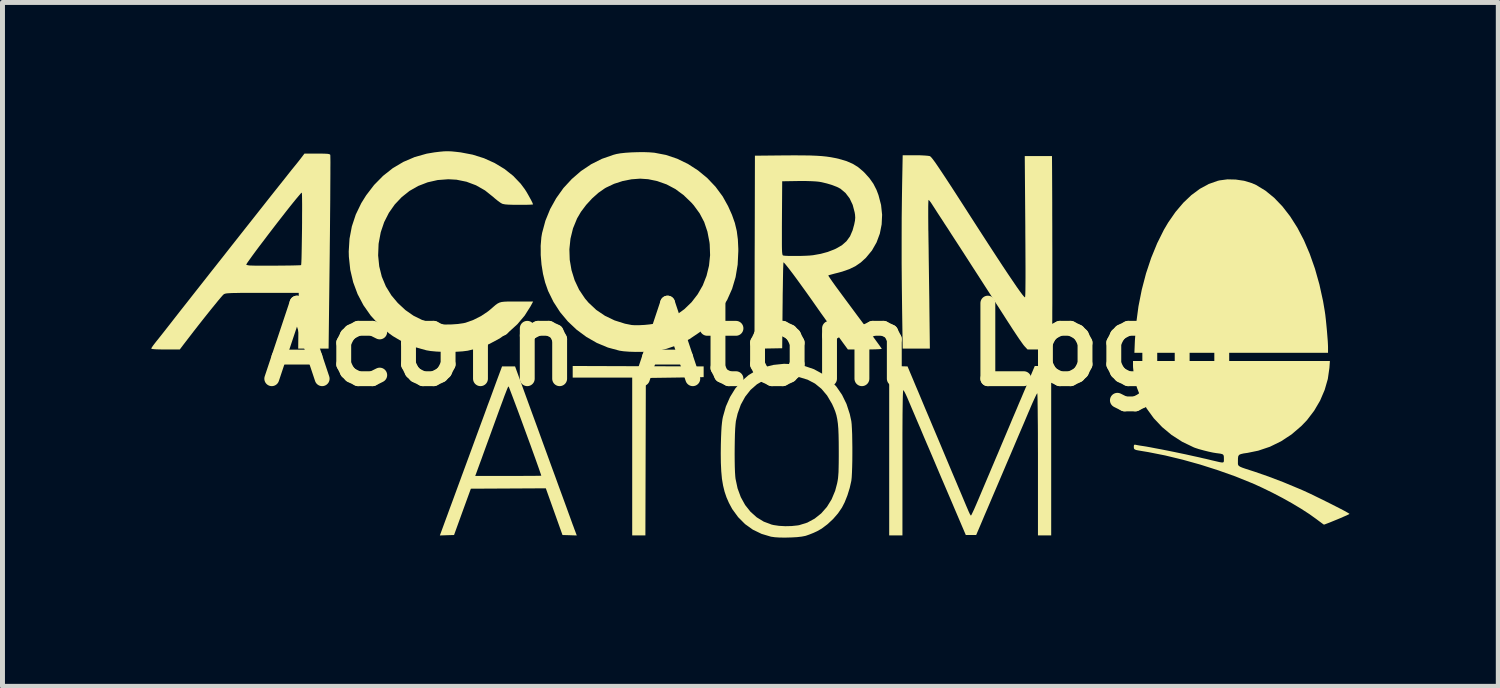
<source format=kicad_pcb>
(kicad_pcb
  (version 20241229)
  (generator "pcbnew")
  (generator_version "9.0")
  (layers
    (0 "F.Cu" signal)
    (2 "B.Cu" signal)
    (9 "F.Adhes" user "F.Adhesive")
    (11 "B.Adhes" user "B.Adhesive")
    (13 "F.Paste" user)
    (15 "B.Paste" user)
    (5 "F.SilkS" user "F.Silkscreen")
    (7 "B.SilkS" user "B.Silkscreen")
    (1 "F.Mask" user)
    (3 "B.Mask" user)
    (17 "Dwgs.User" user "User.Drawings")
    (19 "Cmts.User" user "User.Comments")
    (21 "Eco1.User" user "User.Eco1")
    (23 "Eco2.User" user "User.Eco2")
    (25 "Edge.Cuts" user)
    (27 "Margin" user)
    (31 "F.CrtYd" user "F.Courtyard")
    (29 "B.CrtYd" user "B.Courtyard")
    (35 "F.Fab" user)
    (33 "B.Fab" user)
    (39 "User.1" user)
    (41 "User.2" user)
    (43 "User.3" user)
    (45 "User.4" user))
  (footprint "Acorn Atom Logo"
    (layer "F.Cu")
    (at 12.083 3.898)
    (property "Reference" "Acorn Atom Logo" (at 0 0 0) (layer "F.SilkS") (effects (font (size 1.524 1.524) (thickness 0.3))))
    (attr board_only exclude_from_pos_files exclude_from_bom)
    (fp_poly (pts (xy -0.942 0.442) (xy -0.942 0.658) (xy -1.525 0.667) (xy -2.108 0.675) (xy -2.117 3.85) (xy -2.383 3.85) (xy -2.383 0.667) (xy -3.583 0.667) (xy -3.583 0.433)) (stroke (width 0) (type solid)) (fill yes) (layer "F.SilkS"))
    (fp_poly (pts (xy 9.789 -3.327) (xy 9.958 -3.302) (xy 10.116 -3.254) (xy 10.2 -3.217) (xy 10.386 -3.104) (xy 10.563 -2.96) (xy 10.73 -2.786) (xy 10.886 -2.585) (xy 11.031 -2.357) (xy 11.163 -2.105) (xy 11.281 -1.829) (xy 11.386 -1.531) (xy 11.476 -1.212) (xy 11.55 -0.875) (xy 11.584 -0.675) (xy 11.595 -0.6) (xy 11.606 -0.503) (xy 11.617 -0.393) (xy 11.628 -0.278) (xy 11.637 -0.166) (xy 11.645 -0.066) (xy 11.649 0.015) (xy 11.65 0.054) (xy 11.65 0.167) (xy 7.745 0.167) (xy 7.755 -0.079) (xy 7.781 -0.425) (xy 7.827 -0.769) (xy 7.894 -1.107) (xy 7.98 -1.435) (xy 8.084 -1.748) (xy 8.205 -2.043) (xy 8.34 -2.314) (xy 8.427 -2.461) (xy 8.574 -2.673) (xy 8.731 -2.858) (xy 8.895 -3.014) (xy 9.067 -3.141) (xy 9.244 -3.237) (xy 9.425 -3.301) (xy 9.463 -3.31) (xy 9.621 -3.331)) (stroke (width 0) (type solid)) (fill yes) (layer "F.SilkS"))
    (fp_poly (pts (xy -4.542 1) (xy -4.415 1.349) (xy -4.298 1.668) (xy -4.193 1.958) (xy -4.097 2.221) (xy -4.011 2.458) (xy -3.933 2.67) (xy -3.865 2.858) (xy -3.804 3.024) (xy -3.751 3.169) (xy -3.705 3.295) (xy -3.666 3.403) (xy -3.633 3.493) (xy -3.606 3.568) (xy -3.584 3.629) (xy -3.566 3.676) (xy -3.553 3.712) (xy -3.544 3.737) (xy -3.54 3.746) (xy -3.501 3.851) (xy -3.645 3.846) (xy -3.789 3.842) (xy -3.957 3.371) (xy -4.125 2.9) (xy -4.881 2.904) (xy -5.637 2.908) (xy -5.807 3.375) (xy -5.976 3.842) (xy -6.119 3.846) (xy -6.262 3.851) (xy -6.141 3.521) (xy -6.107 3.429) (xy -6.064 3.311) (xy -6.013 3.174) (xy -5.958 3.024) (xy -5.9 2.866) (xy -5.841 2.706) (xy -5.821 2.65) (xy -5.549 2.65) (xy -4.883 2.65) (xy -4.738 2.65) (xy -4.603 2.65) (xy -4.483 2.649) (xy -4.381 2.649) (xy -4.301 2.648) (xy -4.246 2.647) (xy -4.219 2.646) (xy -4.217 2.646) (xy -4.223 2.624) (xy -4.24 2.575) (xy -4.265 2.502) (xy -4.298 2.409) (xy -4.337 2.299) (xy -4.382 2.175) (xy -4.43 2.041) (xy -4.482 1.9) (xy -4.535 1.755) (xy -4.588 1.61) (xy -4.64 1.468) (xy -4.69 1.333) (xy -4.737 1.208) (xy -4.779 1.096) (xy -4.815 1.001) (xy -4.844 0.925) (xy -4.864 0.873) (xy -4.875 0.848) (xy -4.877 0.846) (xy -4.881 0.849) (xy -4.886 0.857) (xy -4.894 0.871) (xy -4.904 0.895) (xy -4.918 0.93) (xy -4.937 0.979) (xy -4.962 1.043) (xy -4.992 1.126) (xy -5.03 1.228) (xy -5.076 1.353) (xy -5.13 1.502) (xy -5.194 1.678) (xy -5.268 1.882) (xy -5.281 1.917) (xy -5.332 2.057) (xy -5.38 2.189) (xy -5.423 2.309) (xy -5.462 2.414) (xy -5.493 2.499) (xy -5.516 2.562) (xy -5.529 2.598) (xy -5.531 2.604) (xy -5.549 2.65) (xy -5.821 2.65) (xy -5.784 2.551) (xy -5.784 2.55) (xy -5.722 2.382) (xy -5.654 2.197) (xy -5.584 2.006) (xy -5.514 1.815) (xy -5.447 1.633) (xy -5.386 1.468) (xy -5.349 1.367) (xy -5.299 1.229) (xy -5.248 1.093) (xy -5.2 0.962) (xy -5.157 0.844) (xy -5.12 0.743) (xy -5.091 0.665) (xy -5.079 0.633) (xy -5.008 0.442) (xy -4.745 0.442)) (stroke (width 0) (type solid)) (fill yes) (layer "F.SilkS"))
    (fp_poly (pts (xy -6.025 -3.895) (xy -5.936 -3.886) (xy -5.842 -3.875) (xy -5.601 -3.829) (xy -5.372 -3.757) (xy -5.157 -3.66) (xy -4.96 -3.541) (xy -4.784 -3.402) (xy -4.632 -3.243) (xy -4.55 -3.133) (xy -4.519 -3.085) (xy -4.484 -3.025) (xy -4.449 -2.962) (xy -4.417 -2.903) (xy -4.394 -2.856) (xy -4.384 -2.828) (xy -4.383 -2.825) (xy -4.399 -2.823) (xy -4.443 -2.82) (xy -4.509 -2.818) (xy -4.592 -2.817) (xy -4.667 -2.817) (xy -4.788 -2.818) (xy -4.88 -2.821) (xy -4.946 -2.826) (xy -4.991 -2.835) (xy -5.007 -2.84) (xy -5.044 -2.862) (xy -5.096 -2.9) (xy -5.155 -2.948) (xy -5.183 -2.973) (xy -5.352 -3.108) (xy -5.533 -3.211) (xy -5.725 -3.283) (xy -5.927 -3.324) (xy -6.092 -3.333) (xy -6.306 -3.317) (xy -6.509 -3.271) (xy -6.7 -3.197) (xy -6.875 -3.097) (xy -7.033 -2.971) (xy -7.172 -2.824) (xy -7.29 -2.656) (xy -7.385 -2.469) (xy -7.454 -2.265) (xy -7.495 -2.047) (xy -7.498 -2.025) (xy -7.507 -1.796) (xy -7.485 -1.577) (xy -7.433 -1.368) (xy -7.351 -1.172) (xy -7.239 -0.99) (xy -7.111 -0.838) (xy -6.956 -0.694) (xy -6.794 -0.581) (xy -6.622 -0.496) (xy -6.434 -0.436) (xy -6.38 -0.424) (xy -6.276 -0.41) (xy -6.153 -0.403) (xy -6.023 -0.405) (xy -5.897 -0.414) (xy -5.787 -0.43) (xy -5.742 -0.44) (xy -5.586 -0.496) (xy -5.431 -0.574) (xy -5.291 -0.668) (xy -5.248 -0.703) (xy -5.186 -0.757) (xy -5.138 -0.798) (xy -5.097 -0.827) (xy -5.058 -0.846) (xy -5.014 -0.858) (xy -4.958 -0.864) (xy -4.886 -0.867) (xy -4.79 -0.867) (xy -4.712 -0.867) (xy -4.381 -0.867) (xy -4.433 -0.771) (xy -4.552 -0.583) (xy -4.697 -0.411) (xy -4.867 -0.256) (xy -5.055 -0.123) (xy -5.26 -0.013) (xy -5.477 0.07) (xy -5.7 0.125) (xy -5.803 0.138) (xy -5.927 0.146) (xy -6.062 0.15) (xy -6.201 0.148) (xy -6.333 0.142) (xy -6.45 0.131) (xy -6.533 0.117) (xy -6.775 0.05) (xy -6.999 -0.045) (xy -7.209 -0.169) (xy -7.284 -0.223) (xy -7.484 -0.394) (xy -7.657 -0.584) (xy -7.803 -0.792) (xy -7.921 -1.016) (xy -8.01 -1.255) (xy -8.069 -1.506) (xy -8.097 -1.768) (xy -8.1 -1.875) (xy -8.084 -2.134) (xy -8.037 -2.382) (xy -7.958 -2.621) (xy -7.847 -2.851) (xy -7.749 -3.008) (xy -7.588 -3.218) (xy -7.408 -3.401) (xy -7.211 -3.557) (xy -6.998 -3.683) (xy -6.769 -3.781) (xy -6.527 -3.849) (xy -6.373 -3.875) (xy -6.265 -3.888) (xy -6.179 -3.896) (xy -6.103 -3.898)) (stroke (width 0) (type solid)) (fill yes) (layer "F.SilkS"))
    (fp_poly (pts (xy 3.423 -3.816) (xy 3.507 -3.812) (xy 3.572 -3.807) (xy 3.613 -3.801) (xy 3.62 -3.799) (xy 3.632 -3.791) (xy 3.649 -3.774) (xy 3.671 -3.748) (xy 3.699 -3.711) (xy 3.736 -3.66) (xy 3.781 -3.594) (xy 3.836 -3.512) (xy 3.902 -3.413) (xy 3.981 -3.293) (xy 4.073 -3.152) (xy 4.179 -2.988) (xy 4.301 -2.799) (xy 4.439 -2.584) (xy 4.45 -2.567) (xy 4.633 -2.283) (xy 4.798 -2.028) (xy 4.946 -1.801) (xy 5.077 -1.601) (xy 5.192 -1.428) (xy 5.29 -1.283) (xy 5.371 -1.164) (xy 5.437 -1.071) (xy 5.486 -1.005) (xy 5.52 -0.965) (xy 5.538 -0.95) (xy 5.539 -0.95) (xy 5.542 -0.966) (xy 5.545 -1.015) (xy 5.547 -1.096) (xy 5.548 -1.211) (xy 5.549 -1.358) (xy 5.549 -1.538) (xy 5.548 -1.751) (xy 5.547 -1.997) (xy 5.545 -2.276) (xy 5.545 -2.375) (xy 5.534 -3.8) (xy 6.083 -3.8) (xy 6.085 -3.521) (xy 6.086 -3.315) (xy 6.087 -3.094) (xy 6.088 -2.863) (xy 6.088 -2.624) (xy 6.089 -2.381) (xy 6.089 -2.136) (xy 6.09 -1.894) (xy 6.09 -1.657) (xy 6.09 -1.428) (xy 6.09 -1.21) (xy 6.09 -1.008) (xy 6.09 -0.824) (xy 6.089 -0.661) (xy 6.089 -0.523) (xy 6.088 -0.413) (xy 6.088 -0.354) (xy 6.082 0.1) (xy 5.59 0.1) (xy 5.531 0.037) (xy 5.507 0.008) (xy 5.468 -0.046) (xy 5.416 -0.12) (xy 5.356 -0.21) (xy 5.289 -0.311) (xy 5.219 -0.42) (xy 5.199 -0.45) (xy 5.122 -0.57) (xy 5.033 -0.709) (xy 4.933 -0.864) (xy 4.826 -1.031) (xy 4.713 -1.206) (xy 4.598 -1.385) (xy 4.482 -1.564) (xy 4.369 -1.74) (xy 4.26 -1.909) (xy 4.158 -2.066) (xy 4.065 -2.209) (xy 3.985 -2.334) (xy 3.918 -2.435) (xy 3.893 -2.475) (xy 3.836 -2.562) (xy 3.779 -2.649) (xy 3.729 -2.727) (xy 3.689 -2.789) (xy 3.674 -2.812) (xy 3.641 -2.863) (xy 3.612 -2.9) (xy 3.595 -2.916) (xy 3.594 -2.916) (xy 3.591 -2.9) (xy 3.589 -2.855) (xy 3.587 -2.783) (xy 3.587 -2.688) (xy 3.587 -2.574) (xy 3.588 -2.445) (xy 3.589 -2.303) (xy 3.59 -2.279) (xy 3.592 -2.126) (xy 3.595 -1.947) (xy 3.597 -1.748) (xy 3.6 -1.537) (xy 3.603 -1.321) (xy 3.606 -1.107) (xy 3.609 -0.903) (xy 3.61 -0.779) (xy 3.62 0.083) (xy 3.072 0.083) (xy 3.061 -0.654) (xy 3.055 -1.149) (xy 3.051 -1.634) (xy 3.051 -2.103) (xy 3.052 -2.553) (xy 3.057 -2.977) (xy 3.061 -3.239) (xy 3.072 -3.817) (xy 3.327 -3.817)) (stroke (width 0) (type solid)) (fill yes) (layer "F.SilkS"))
    (fp_poly (pts (xy -2.034 -3.876) (xy -1.938 -3.868) (xy -1.936 -3.868) (xy -1.702 -3.823) (xy -1.476 -3.747) (xy -1.259 -3.642) (xy -1.056 -3.511) (xy -0.869 -3.357) (xy -0.702 -3.181) (xy -0.558 -2.986) (xy -0.45 -2.792) (xy -0.371 -2.616) (xy -0.313 -2.452) (xy -0.274 -2.289) (xy -0.252 -2.119) (xy -0.243 -1.929) (xy -0.243 -1.883) (xy -0.256 -1.612) (xy -0.298 -1.359) (xy -0.368 -1.123) (xy -0.467 -0.901) (xy -0.596 -0.692) (xy -0.755 -0.496) (xy -0.825 -0.423) (xy -1.018 -0.251) (xy -1.228 -0.109) (xy -1.451 0.004) (xy -1.689 0.086) (xy -1.818 0.117) (xy -1.917 0.132) (xy -2.039 0.142) (xy -2.174 0.148) (xy -2.312 0.149) (xy -2.443 0.145) (xy -2.559 0.136) (xy -2.64 0.124) (xy -2.873 0.061) (xy -3.096 -0.032) (xy -3.307 -0.153) (xy -3.503 -0.298) (xy -3.681 -0.466) (xy -3.838 -0.654) (xy -3.971 -0.86) (xy -4.079 -1.08) (xy -4.139 -1.251) (xy -4.182 -1.425) (xy -4.212 -1.612) (xy -4.228 -1.804) (xy -4.228 -1.921) (xy -3.65 -1.921) (xy -3.643 -1.708) (xy -3.607 -1.499) (xy -3.544 -1.296) (xy -3.454 -1.105) (xy -3.336 -0.929) (xy -3.262 -0.842) (xy -3.108 -0.698) (xy -2.932 -0.579) (xy -2.738 -0.486) (xy -2.529 -0.42) (xy -2.392 -0.393) (xy -2.325 -0.389) (xy -2.236 -0.39) (xy -2.136 -0.395) (xy -2.035 -0.405) (xy -1.944 -0.418) (xy -1.883 -0.43) (xy -1.683 -0.497) (xy -1.498 -0.592) (xy -1.332 -0.712) (xy -1.186 -0.853) (xy -1.062 -1.014) (xy -0.96 -1.192) (xy -0.884 -1.385) (xy -0.834 -1.589) (xy -0.812 -1.802) (xy -0.82 -2.022) (xy -0.825 -2.064) (xy -0.866 -2.277) (xy -0.931 -2.47) (xy -1.023 -2.645) (xy -1.142 -2.808) (xy -1.19 -2.862) (xy -1.349 -3.015) (xy -1.514 -3.136) (xy -1.689 -3.229) (xy -1.879 -3.296) (xy -2.061 -3.334) (xy -2.223 -3.345) (xy -2.397 -3.332) (xy -2.575 -3.297) (xy -2.748 -3.241) (xy -2.909 -3.165) (xy -2.935 -3.15) (xy -3.064 -3.06) (xy -3.192 -2.946) (xy -3.312 -2.815) (xy -3.416 -2.677) (xy -3.495 -2.542) (xy -3.577 -2.342) (xy -3.628 -2.134) (xy -3.65 -1.921) (xy -4.228 -1.921) (xy -4.229 -1.991) (xy -4.215 -2.163) (xy -4.2 -2.25) (xy -4.133 -2.498) (xy -4.037 -2.733) (xy -3.915 -2.952) (xy -3.77 -3.155) (xy -3.602 -3.337) (xy -3.416 -3.498) (xy -3.212 -3.635) (xy -2.993 -3.745) (xy -2.76 -3.826) (xy -2.7 -3.842) (xy -2.621 -3.856) (xy -2.518 -3.867) (xy -2.399 -3.875) (xy -2.273 -3.879) (xy -2.148 -3.88)) (stroke (width 0) (type solid)) (fill yes) (layer "F.SilkS"))
    (fp_poly (pts (xy 2.985 0.437) (xy 3.17 0.442) (xy 3.233 0.592) (xy 3.277 0.696) (xy 3.329 0.821) (xy 3.39 0.964) (xy 3.456 1.122) (xy 3.527 1.292) (xy 3.603 1.471) (xy 3.681 1.657) (xy 3.761 1.846) (xy 3.841 2.036) (xy 3.92 2.225) (xy 3.997 2.408) (xy 4.071 2.584) (xy 4.141 2.749) (xy 4.205 2.901) (xy 4.263 3.038) (xy 4.312 3.155) (xy 4.352 3.25) (xy 4.383 3.322) (xy 4.401 3.365) (xy 4.404 3.371) (xy 4.425 3.416) (xy 4.442 3.444) (xy 4.449 3.45) (xy 4.459 3.435) (xy 4.479 3.394) (xy 4.509 3.331) (xy 4.544 3.251) (xy 4.584 3.158) (xy 4.6 3.121) (xy 4.652 2.998) (xy 4.709 2.863) (xy 4.767 2.726) (xy 4.821 2.599) (xy 4.859 2.508) (xy 4.898 2.417) (xy 4.946 2.303) (xy 5.002 2.172) (xy 5.061 2.031) (xy 5.121 1.889) (xy 5.179 1.752) (xy 5.183 1.742) (xy 5.236 1.617) (xy 5.286 1.497) (xy 5.333 1.387) (xy 5.374 1.291) (xy 5.406 1.214) (xy 5.428 1.162) (xy 5.433 1.15) (xy 5.455 1.1) (xy 5.486 1.026) (xy 5.524 0.936) (xy 5.567 0.836) (xy 5.608 0.738) (xy 5.736 0.433) (xy 6.067 0.433) (xy 6.067 3.85) (xy 5.8 3.85) (xy 5.8 2.417) (xy 5.8 2.201) (xy 5.799 1.996) (xy 5.799 1.802) (xy 5.798 1.624) (xy 5.796 1.462) (xy 5.795 1.32) (xy 5.793 1.199) (xy 5.792 1.103) (xy 5.79 1.034) (xy 5.788 0.993) (xy 5.786 0.983) (xy 5.775 0.998) (xy 5.754 1.039) (xy 5.725 1.101) (xy 5.689 1.18) (xy 5.649 1.272) (xy 5.643 1.288) (xy 5.612 1.359) (xy 5.57 1.458) (xy 5.519 1.579) (xy 5.459 1.719) (xy 5.392 1.875) (xy 5.321 2.043) (xy 5.247 2.217) (xy 5.17 2.396) (xy 5.108 2.542) (xy 5.034 2.716) (xy 4.962 2.885) (xy 4.893 3.046) (xy 4.829 3.197) (xy 4.771 3.333) (xy 4.72 3.451) (xy 4.679 3.549) (xy 4.648 3.622) (xy 4.629 3.667) (xy 4.554 3.842) (xy 4.345 3.842) (xy 4.117 3.308) (xy 4.062 3.178) (xy 3.996 3.024) (xy 3.922 2.851) (xy 3.843 2.667) (xy 3.762 2.476) (xy 3.682 2.287) (xy 3.604 2.104) (xy 3.559 2) (xy 3.492 1.843) (xy 3.428 1.69) (xy 3.366 1.546) (xy 3.31 1.414) (xy 3.26 1.297) (xy 3.219 1.2) (xy 3.187 1.125) (xy 3.167 1.078) (xy 3.166 1.075) (xy 3.137 1.011) (xy 3.111 0.959) (xy 3.091 0.927) (xy 3.084 0.92) (xy 3.081 0.932) (xy 3.078 0.971) (xy 3.075 1.038) (xy 3.073 1.133) (xy 3.071 1.258) (xy 3.069 1.412) (xy 3.068 1.597) (xy 3.067 1.813) (xy 3.067 2.06) (xy 3.067 2.341) (xy 3.067 2.382) (xy 3.067 3.85) (xy 2.8 3.85) (xy 2.8 0.432)) (stroke (width 0) (type solid)) (fill yes) (layer "F.SilkS"))
    (fp_poly (pts (xy 11.678 0.471) (xy 11.646 0.695) (xy 11.582 0.917) (xy 11.49 1.132) (xy 11.37 1.336) (xy 11.226 1.525) (xy 11.114 1.642) (xy 10.916 1.812) (xy 10.703 1.952) (xy 10.478 2.062) (xy 10.243 2.141) (xy 10.029 2.185) (xy 9.946 2.197) (xy 9.891 2.21) (xy 9.857 2.226) (xy 9.84 2.252) (xy 9.834 2.291) (xy 9.833 2.343) (xy 9.833 2.38) (xy 9.833 2.408) (xy 9.838 2.43) (xy 9.852 2.448) (xy 9.878 2.465) (xy 9.92 2.483) (xy 9.983 2.505) (xy 10.07 2.533) (xy 10.175 2.567) (xy 10.451 2.663) (xy 10.748 2.776) (xy 11.06 2.906) (xy 11.142 2.941) (xy 11.214 2.974) (xy 11.301 3.014) (xy 11.399 3.062) (xy 11.504 3.113) (xy 11.611 3.166) (xy 11.717 3.219) (xy 11.817 3.27) (xy 11.907 3.316) (xy 11.983 3.356) (xy 12.04 3.388) (xy 12.075 3.409) (xy 12.083 3.416) (xy 12.069 3.425) (xy 12.03 3.444) (xy 11.972 3.469) (xy 11.902 3.5) (xy 11.825 3.532) (xy 11.749 3.563) (xy 11.678 3.592) (xy 11.62 3.614) (xy 11.581 3.629) (xy 11.567 3.632) (xy 11.551 3.622) (xy 11.514 3.595) (xy 11.463 3.557) (xy 11.408 3.516) (xy 11.271 3.418) (xy 11.107 3.312) (xy 10.925 3.203) (xy 10.73 3.094) (xy 10.527 2.988) (xy 10.324 2.889) (xy 10.127 2.799) (xy 10.108 2.792) (xy 9.779 2.659) (xy 9.432 2.536) (xy 9.075 2.422) (xy 8.716 2.322) (xy 8.364 2.237) (xy 8.026 2.17) (xy 7.906 2.15) (xy 7.829 2.137) (xy 7.779 2.127) (xy 7.751 2.115) (xy 7.737 2.099) (xy 7.734 2.077) (xy 7.733 2.064) (xy 7.736 2.029) (xy 7.751 2.019) (xy 7.773 2.023) (xy 7.809 2.03) (xy 7.866 2.04) (xy 7.928 2.049) (xy 7.984 2.058) (xy 8.067 2.073) (xy 8.17 2.093) (xy 8.288 2.115) (xy 8.414 2.14) (xy 8.543 2.166) (xy 8.667 2.192) (xy 8.782 2.216) (xy 8.867 2.235) (xy 8.943 2.252) (xy 9.013 2.267) (xy 9.067 2.279) (xy 9.083 2.283) (xy 9.125 2.293) (xy 9.189 2.307) (xy 9.264 2.325) (xy 9.3 2.334) (xy 9.395 2.356) (xy 9.463 2.372) (xy 9.507 2.379) (xy 9.534 2.378) (xy 9.546 2.367) (xy 9.55 2.347) (xy 9.55 2.316) (xy 9.55 2.304) (xy 9.549 2.258) (xy 9.541 2.228) (xy 9.519 2.211) (xy 9.478 2.201) (xy 9.411 2.192) (xy 9.407 2.192) (xy 9.332 2.18) (xy 9.239 2.16) (xy 9.139 2.135) (xy 9.044 2.109) (xy 8.965 2.083) (xy 8.94 2.073) (xy 8.708 1.961) (xy 8.495 1.824) (xy 8.304 1.665) (xy 8.135 1.486) (xy 7.992 1.289) (xy 7.876 1.076) (xy 7.798 0.875) (xy 7.77 0.776) (xy 7.746 0.665) (xy 7.728 0.556) (xy 7.718 0.459) (xy 7.717 0.421) (xy 7.717 0.333) (xy 11.688 0.333)) (stroke (width 0) (type solid)) (fill yes) (layer "F.SilkS"))
    (fp_poly (pts (xy 0.892 0.398) (xy 1.099 0.435) (xy 1.283 0.498) (xy 1.451 0.59) (xy 1.603 0.708) (xy 1.736 0.85) (xy 1.849 1.015) (xy 1.939 1.199) (xy 2.005 1.402) (xy 2.036 1.545) (xy 2.043 1.608) (xy 2.048 1.697) (xy 2.053 1.808) (xy 2.055 1.934) (xy 2.057 2.07) (xy 2.057 2.208) (xy 2.056 2.344) (xy 2.053 2.472) (xy 2.049 2.585) (xy 2.044 2.677) (xy 2.037 2.743) (xy 2.036 2.75) (xy 2.004 2.892) (xy 1.958 3.041) (xy 1.902 3.182) (xy 1.847 3.289) (xy 1.768 3.405) (xy 1.668 3.52) (xy 1.555 3.625) (xy 1.438 3.713) (xy 1.349 3.764) (xy 1.273 3.799) (xy 1.193 3.831) (xy 1.125 3.855) (xy 1.108 3.86) (xy 1.035 3.874) (xy 0.938 3.885) (xy 0.826 3.891) (xy 0.709 3.894) (xy 0.595 3.893) (xy 0.496 3.887) (xy 0.419 3.876) (xy 0.417 3.876) (xy 0.226 3.819) (xy 0.05 3.734) (xy -0.108 3.621) (xy -0.247 3.481) (xy -0.366 3.318) (xy -0.432 3.195) (xy -0.481 3.083) (xy -0.52 2.968) (xy -0.55 2.845) (xy -0.573 2.709) (xy -0.587 2.556) (xy -0.595 2.383) (xy -0.597 2.207) (xy -0.317 2.207) (xy -0.316 2.342) (xy -0.314 2.466) (xy -0.31 2.575) (xy -0.304 2.663) (xy -0.299 2.708) (xy -0.258 2.901) (xy -0.193 3.078) (xy -0.106 3.236) (xy 0.002 3.372) (xy 0.128 3.485) (xy 0.27 3.572) (xy 0.427 3.631) (xy 0.469 3.641) (xy 0.578 3.657) (xy 0.704 3.664) (xy 0.832 3.661) (xy 0.949 3.649) (xy 0.985 3.643) (xy 1.148 3.592) (xy 1.296 3.512) (xy 1.429 3.406) (xy 1.544 3.275) (xy 1.638 3.123) (xy 1.71 2.951) (xy 1.75 2.8) (xy 1.76 2.749) (xy 1.768 2.697) (xy 1.773 2.639) (xy 1.778 2.572) (xy 1.78 2.489) (xy 1.782 2.387) (xy 1.783 2.259) (xy 1.783 2.15) (xy 1.782 1.972) (xy 1.779 1.824) (xy 1.774 1.699) (xy 1.765 1.594) (xy 1.752 1.504) (xy 1.735 1.424) (xy 1.712 1.35) (xy 1.683 1.277) (xy 1.648 1.2) (xy 1.643 1.191) (xy 1.547 1.028) (xy 1.434 0.894) (xy 1.304 0.788) (xy 1.156 0.71) (xy 0.989 0.659) (xy 0.803 0.635) (xy 0.727 0.633) (xy 0.621 0.636) (xy 0.525 0.644) (xy 0.449 0.657) (xy 0.441 0.659) (xy 0.278 0.717) (xy 0.132 0.803) (xy 0.004 0.915) (xy -0.104 1.052) (xy -0.192 1.212) (xy -0.257 1.393) (xy -0.292 1.544) (xy -0.299 1.607) (xy -0.306 1.697) (xy -0.311 1.808) (xy -0.314 1.935) (xy -0.316 2.069) (xy -0.317 2.207) (xy -0.597 2.207) (xy -0.597 2.183) (xy -0.595 2.017) (xy -0.591 1.87) (xy -0.586 1.75) (xy -0.58 1.654) (xy -0.572 1.575) (xy -0.563 1.507) (xy -0.553 1.458) (xy -0.494 1.25) (xy -0.41 1.059) (xy -0.305 0.888) (xy -0.178 0.74) (xy -0.033 0.615) (xy 0.129 0.518) (xy 0.267 0.461) (xy 0.468 0.411) (xy 0.679 0.389)) (stroke (width 0) (type solid)) (fill yes) (layer "F.SilkS"))
    (fp_poly (pts (xy -8.639 -3.85) (xy -8.568 -3.848) (xy -8.521 -3.845) (xy -8.492 -3.839) (xy -8.477 -3.831) (xy -8.472 -3.823) (xy -8.471 -3.803) (xy -8.47 -3.752) (xy -8.469 -3.671) (xy -8.47 -3.564) (xy -8.47 -3.432) (xy -8.471 -3.277) (xy -8.472 -3.101) (xy -8.473 -2.907) (xy -8.475 -2.696) (xy -8.477 -2.471) (xy -8.479 -2.234) (xy -8.482 -1.987) (xy -8.483 -1.856) (xy -8.506 0.083) (xy -9.119 0.083) (xy -9.108 -1.042) (xy -9.842 -1.042) (xy -10.019 -1.042) (xy -10.166 -1.041) (xy -10.285 -1.041) (xy -10.38 -1.039) (xy -10.454 -1.038) (xy -10.51 -1.035) (xy -10.552 -1.032) (xy -10.581 -1.028) (xy -10.601 -1.022) (xy -10.616 -1.016) (xy -10.621 -1.012) (xy -10.641 -0.993) (xy -10.678 -0.951) (xy -10.731 -0.888) (xy -10.796 -0.808) (xy -10.872 -0.715) (xy -10.956 -0.61) (xy -11.045 -0.498) (xy -11.137 -0.381) (xy -11.23 -0.262) (xy -11.32 -0.145) (xy -11.406 -0.033) (xy -11.433 0.002) (xy -11.507 0.1) (xy -11.795 0.1) (xy -11.915 0.099) (xy -12.002 0.096) (xy -12.058 0.091) (xy -12.082 0.084) (xy -12.083 0.082) (xy -12.073 0.062) (xy -12.047 0.023) (xy -12.008 -0.028) (xy -11.987 -0.055) (xy -11.942 -0.111) (xy -11.883 -0.185) (xy -11.816 -0.27) (xy -11.748 -0.357) (xy -11.714 -0.4) (xy -11.655 -0.476) (xy -11.58 -0.572) (xy -11.491 -0.686) (xy -11.389 -0.815) (xy -11.276 -0.959) (xy -11.154 -1.114) (xy -11.024 -1.279) (xy -10.889 -1.451) (xy -10.763 -1.61) (xy -10.167 -1.61) (xy -10.152 -1.603) (xy -10.116 -1.596) (xy -10.104 -1.594) (xy -10.072 -1.593) (xy -10.014 -1.591) (xy -9.934 -1.59) (xy -9.839 -1.59) (xy -9.732 -1.59) (xy -9.619 -1.59) (xy -9.504 -1.591) (xy -9.393 -1.592) (xy -9.29 -1.593) (xy -9.2 -1.595) (xy -9.129 -1.597) (xy -9.081 -1.599) (xy -9.061 -1.601) (xy -9.061 -1.601) (xy -9.058 -1.62) (xy -9.055 -1.668) (xy -9.052 -1.74) (xy -9.05 -1.833) (xy -9.048 -1.942) (xy -9.046 -2.064) (xy -9.044 -2.194) (xy -9.042 -2.328) (xy -9.041 -2.463) (xy -9.041 -2.593) (xy -9.04 -2.715) (xy -9.04 -2.826) (xy -9.041 -2.92) (xy -9.042 -2.993) (xy -9.044 -3.043) (xy -9.047 -3.064) (xy -9.047 -3.064) (xy -9.065 -3.049) (xy -9.099 -3.009) (xy -9.15 -2.949) (xy -9.213 -2.872) (xy -9.287 -2.78) (xy -9.369 -2.676) (xy -9.457 -2.563) (xy -9.549 -2.445) (xy -9.642 -2.324) (xy -9.734 -2.204) (xy -9.823 -2.086) (xy -9.907 -1.976) (xy -9.983 -1.874) (xy -10.049 -1.784) (xy -10.102 -1.71) (xy -10.141 -1.655) (xy -10.163 -1.62) (xy -10.167 -1.61) (xy -10.763 -1.61) (xy -10.749 -1.628) (xy -10.606 -1.809) (xy -10.463 -1.991) (xy -10.32 -2.172) (xy -10.179 -2.351) (xy -10.042 -2.524) (xy -9.911 -2.69) (xy -9.787 -2.847) (xy -9.672 -2.993) (xy -9.567 -3.125) (xy -9.474 -3.242) (xy -9.395 -3.341) (xy -9.332 -3.421) (xy -9.286 -3.479) (xy -9.258 -3.514) (xy -9.256 -3.517) (xy -9.199 -3.587) (xy -9.135 -3.666) (xy -9.079 -3.737) (xy -8.993 -3.85) (xy -8.737 -3.85)) (stroke (width 0) (type solid)) (fill yes) (layer "F.SilkS"))
    (fp_poly (pts (xy 1.062 -3.814) (xy 1.208 -3.812) (xy 1.333 -3.807) (xy 1.441 -3.8) (xy 1.537 -3.79) (xy 1.625 -3.777) (xy 1.71 -3.761) (xy 1.795 -3.741) (xy 1.795 -3.741) (xy 1.941 -3.698) (xy 2.063 -3.645) (xy 2.171 -3.579) (xy 2.273 -3.493) (xy 2.3 -3.467) (xy 2.402 -3.354) (xy 2.481 -3.242) (xy 2.544 -3.119) (xy 2.584 -3.013) (xy 2.636 -2.815) (xy 2.657 -2.617) (xy 2.648 -2.423) (xy 2.611 -2.236) (xy 2.545 -2.059) (xy 2.452 -1.896) (xy 2.331 -1.75) (xy 2.326 -1.745) (xy 2.225 -1.653) (xy 2.117 -1.579) (xy 1.995 -1.52) (xy 1.852 -1.47) (xy 1.771 -1.448) (xy 1.695 -1.429) (xy 1.633 -1.412) (xy 1.589 -1.4) (xy 1.572 -1.394) (xy 1.572 -1.394) (xy 1.579 -1.378) (xy 1.606 -1.337) (xy 1.652 -1.27) (xy 1.717 -1.179) (xy 1.801 -1.065) (xy 1.902 -0.928) (xy 2.02 -0.769) (xy 2.154 -0.588) (xy 2.263 -0.442) (xy 2.349 -0.327) (xy 2.428 -0.221) (xy 2.499 -0.125) (xy 2.558 -0.044) (xy 2.605 0.021) (xy 2.636 0.065) (xy 2.65 0.086) (xy 2.65 0.087) (xy 2.634 0.091) (xy 2.59 0.094) (xy 2.522 0.097) (xy 2.436 0.099) (xy 2.336 0.1) (xy 2.308 0.1) (xy 1.967 0.1) (xy 1.878 -0.021) (xy 1.834 -0.082) (xy 1.792 -0.14) (xy 1.76 -0.184) (xy 1.754 -0.194) (xy 1.717 -0.242) (xy 1.675 -0.291) (xy 1.671 -0.295) (xy 1.65 -0.322) (xy 1.613 -0.371) (xy 1.562 -0.441) (xy 1.501 -0.526) (xy 1.432 -0.622) (xy 1.358 -0.727) (xy 1.335 -0.76) (xy 1.227 -0.914) (xy 1.124 -1.059) (xy 1.027 -1.193) (xy 0.939 -1.315) (xy 0.86 -1.422) (xy 0.792 -1.511) (xy 0.737 -1.581) (xy 0.697 -1.63) (xy 0.674 -1.654) (xy 0.668 -1.657) (xy 0.666 -1.639) (xy 0.664 -1.591) (xy 0.661 -1.515) (xy 0.659 -1.416) (xy 0.657 -1.296) (xy 0.655 -1.159) (xy 0.652 -1.007) (xy 0.651 -0.844) (xy 0.65 -0.786) (xy 0.642 0.075) (xy 0.362 0.08) (xy 0.083 0.084) (xy 0.087 -1.862) (xy 0.088 -2.104) (xy 0.636 -2.104) (xy 0.636 -2.009) (xy 0.637 -1.936) (xy 0.639 -1.882) (xy 0.642 -1.844) (xy 0.646 -1.82) (xy 0.65 -1.805) (xy 0.656 -1.798) (xy 0.662 -1.795) (xy 0.698 -1.79) (xy 0.76 -1.787) (xy 0.841 -1.786) (xy 0.931 -1.786) (xy 1.026 -1.787) (xy 1.115 -1.79) (xy 1.193 -1.794) (xy 1.252 -1.8) (xy 1.258 -1.8) (xy 1.42 -1.829) (xy 1.56 -1.867) (xy 1.69 -1.917) (xy 1.727 -1.934) (xy 1.846 -2.002) (xy 1.938 -2.083) (xy 2.01 -2.182) (xy 2.062 -2.303) (xy 2.095 -2.424) (xy 2.11 -2.499) (xy 2.115 -2.559) (xy 2.111 -2.619) (xy 2.103 -2.667) (xy 2.064 -2.816) (xy 2.002 -2.947) (xy 1.919 -3.056) (xy 1.818 -3.141) (xy 1.815 -3.143) (xy 1.745 -3.179) (xy 1.652 -3.215) (xy 1.547 -3.247) (xy 1.44 -3.273) (xy 1.383 -3.283) (xy 1.322 -3.289) (xy 1.236 -3.294) (xy 1.133 -3.297) (xy 1.02 -3.298) (xy 0.95 -3.297) (xy 0.642 -3.292) (xy 0.637 -2.547) (xy 0.636 -2.37) (xy 0.636 -2.223) (xy 0.636 -2.104) (xy 0.088 -2.104) (xy 0.092 -3.808) (xy 0.692 -3.814) (xy 0.891 -3.815)) (stroke (width 0) (type solid)) (fill yes) (layer "F.SilkS")))
  (gr_rect
    (start -3 -3)
    (end 27.167 10.792)
    (stroke (width 0.1) (type default))
    (fill no)
    (layer "Edge.Cuts")))
</source>
